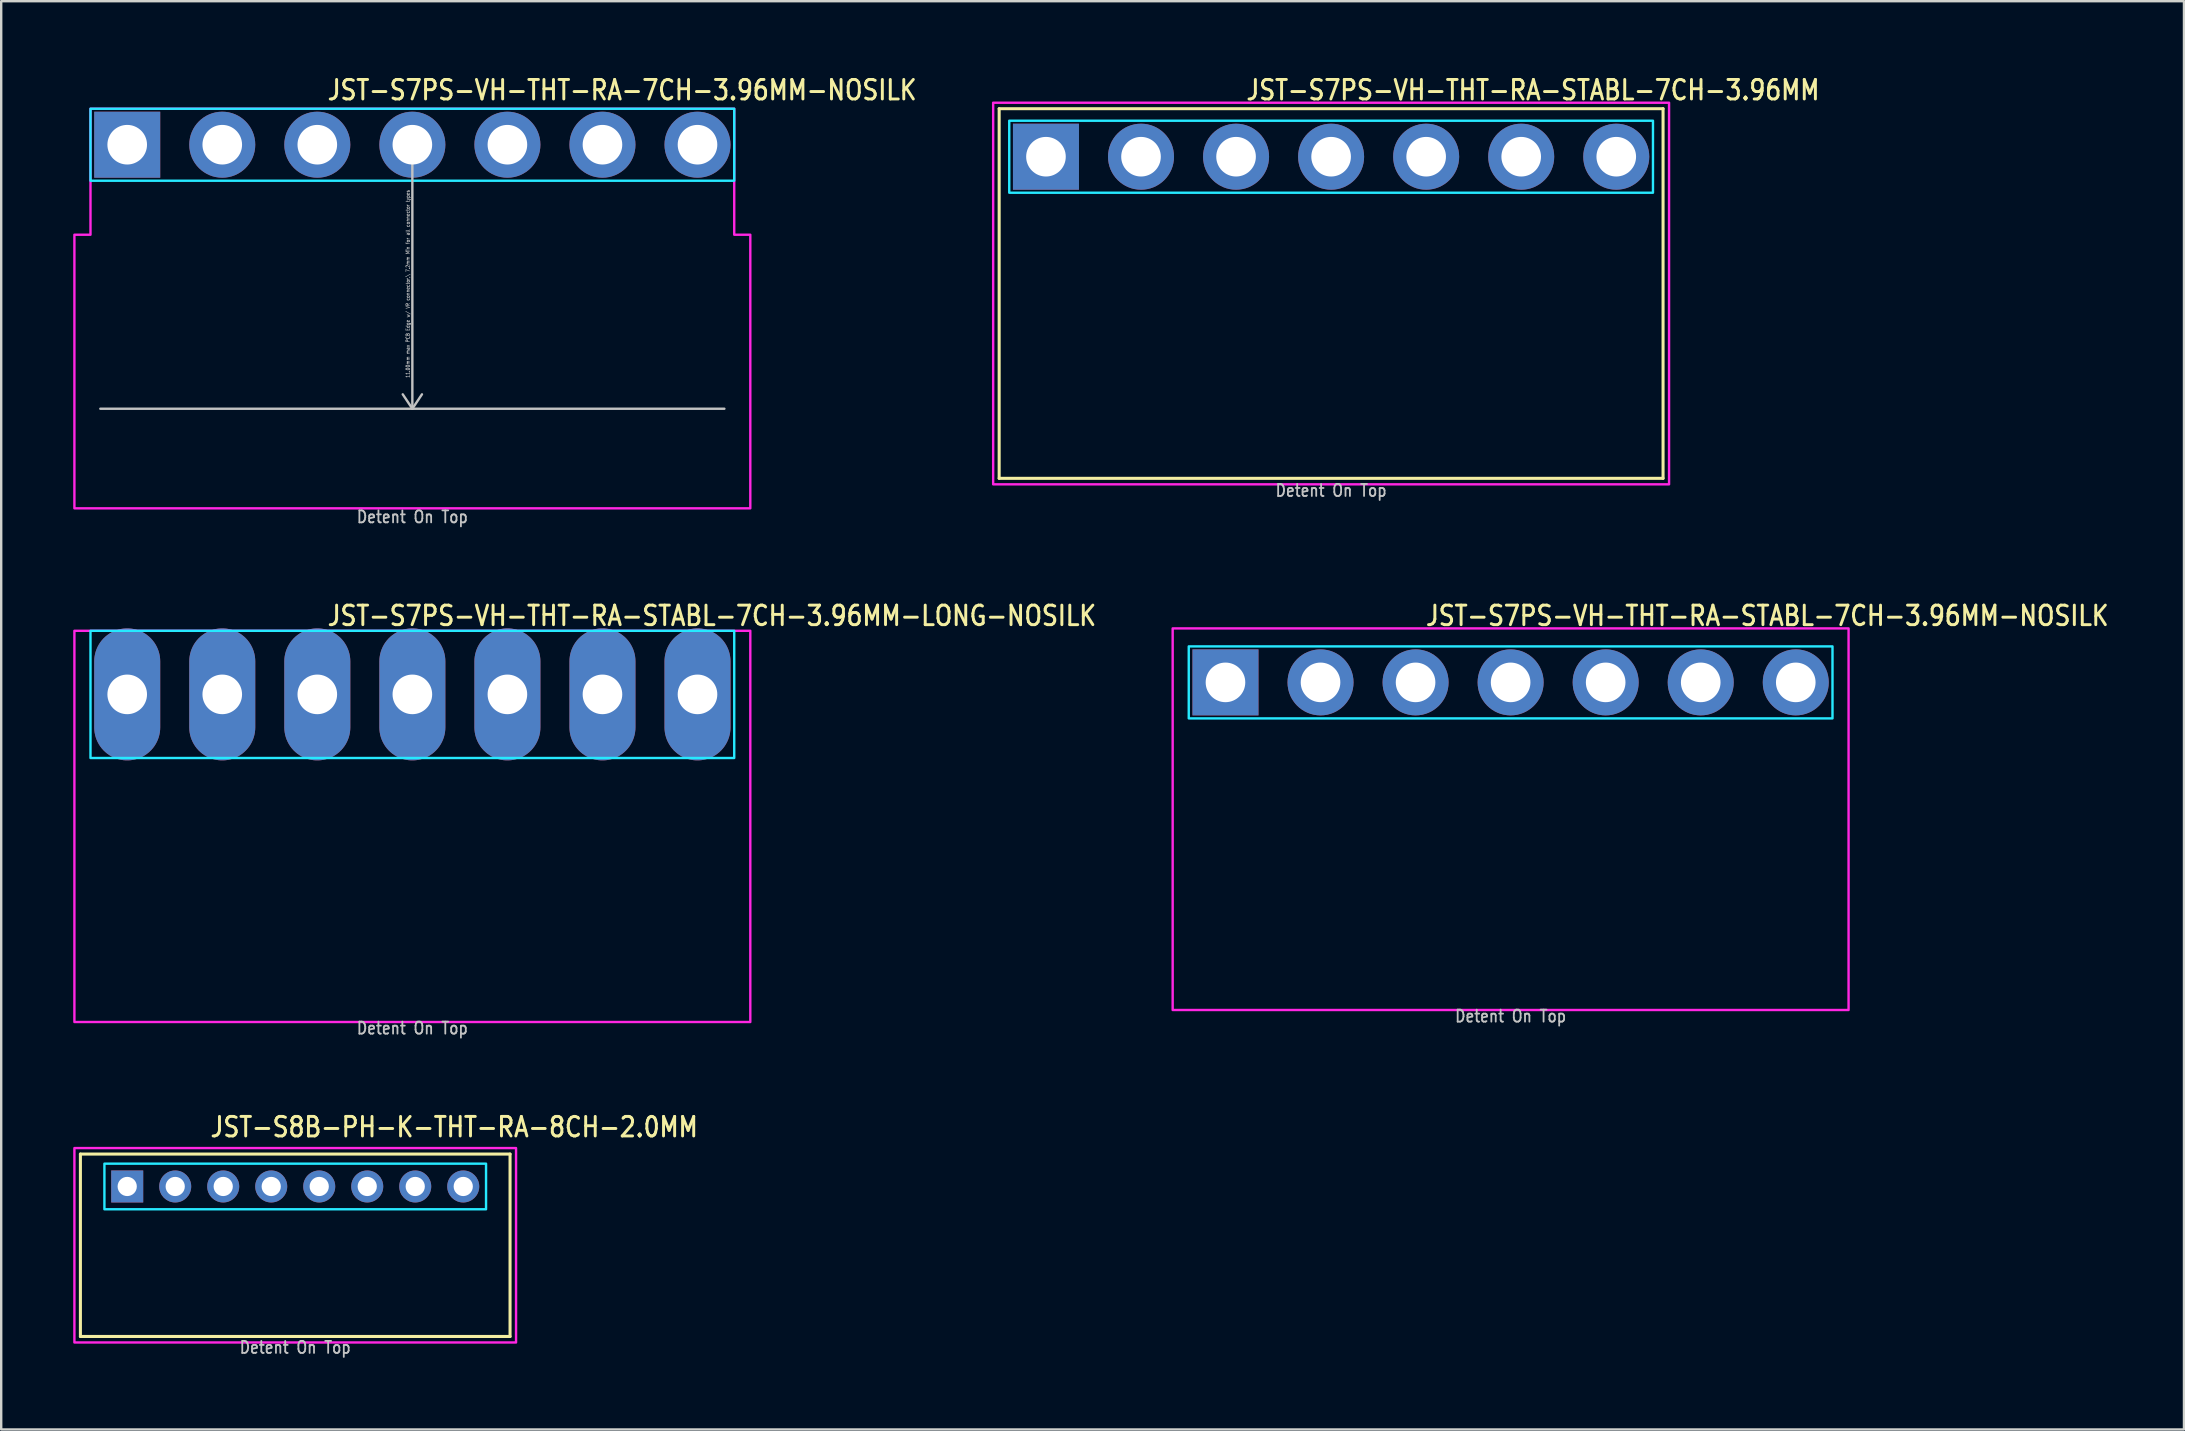
<source format=kicad_pcb>
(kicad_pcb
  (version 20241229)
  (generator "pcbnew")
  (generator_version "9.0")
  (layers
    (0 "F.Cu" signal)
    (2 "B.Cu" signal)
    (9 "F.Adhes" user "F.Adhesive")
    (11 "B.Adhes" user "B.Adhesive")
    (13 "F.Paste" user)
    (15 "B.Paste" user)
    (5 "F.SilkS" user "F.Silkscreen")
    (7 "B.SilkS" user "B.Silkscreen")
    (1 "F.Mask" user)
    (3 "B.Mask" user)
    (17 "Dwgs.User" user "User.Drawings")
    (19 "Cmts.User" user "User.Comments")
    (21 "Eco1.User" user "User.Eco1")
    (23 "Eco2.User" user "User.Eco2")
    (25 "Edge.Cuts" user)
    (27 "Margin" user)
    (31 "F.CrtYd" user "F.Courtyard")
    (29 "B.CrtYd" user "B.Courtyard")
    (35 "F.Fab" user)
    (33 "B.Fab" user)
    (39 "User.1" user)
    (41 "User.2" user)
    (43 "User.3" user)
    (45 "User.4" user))
  (footprint "JST-S7PS-VH-THT-RA-STABL-7CH-3.96MM-NOSILK"
    (layer "F.Cu")
    (at 59.887 25.38)
    (property "Reference" "JST-S7PS-VH-THT-RA-STABL-7CH-3.96MM-NOSILK" (at -3.6 -2.3 0) (unlocked yes) (layer "F.SilkS") (effects (font (size 0.813 0.695) (thickness 0.122)) (justify left bottom)))
    (fp_poly (pts (xy -13.41 -1.5) (xy -13.41 1.5) (xy 13.41 1.5) (xy 13.41 -1.5)) (stroke (width 0.1) (type solid)) (fill no) (layer "B.CrtYd"))
    (fp_poly (pts (xy -14.08 13.65) (xy 14.08 13.65) (xy 14.08 -2.25) (xy -14.08 -2.25)) (stroke (width 0.1) (type solid)) (fill no) (layer "F.CrtYd"))
    (fp_text user "Detent On Top" (at 0 14.2 0) (unlocked yes) (layer "Dwgs.User") (effects (font (size 0.5 0.427) (thickness 0.075)) (justify bottom)))
    (pad "P$1" thru_hole rect (at -11.88 0) (size 2.75 2.75) (drill 1.65) (layers "*.Cu" "*.Mask"))
    (pad "P$2" thru_hole oval (at -7.92 0) (size 2.75 2.75) (drill 1.65) (layers "*.Cu" "*.Mask"))
    (pad "P$3" thru_hole oval (at -3.96 0) (size 2.75 2.75) (drill 1.65) (layers "*.Cu" "*.Mask"))
    (pad "P$4" thru_hole oval (at 0 0) (size 2.75 2.75) (drill 1.65) (layers "*.Cu" "*.Mask"))
    (pad "P$5" thru_hole oval (at 3.96 0) (size 2.75 2.75) (drill 1.65) (layers "*.Cu" "*.Mask"))
    (pad "P$6" thru_hole oval (at 7.92 0) (size 2.75 2.75) (drill 1.65) (layers "*.Cu" "*.Mask"))
    (pad "P$7" thru_hole oval (at 11.88 0) (size 2.75 2.75) (drill 1.65) (layers "*.Cu" "*.Mask")))
  (footprint "JST-S8B-PH-K-THT-RA-8CH-2.0MM"
    (layer "F.Cu")
    (at 9.25 46.382)
    (property "Reference" "JST-S8B-PH-K-THT-RA-8CH-2.0MM" (at -3.6 -2 0) (unlocked yes) (layer "F.SilkS") (effects (font (size 0.813 0.695) (thickness 0.122)) (justify left bottom)))
    (fp_line (start -8.95 -1.35) (end 8.95 -1.35) (stroke (width 0.127) (type solid)) (layer "F.SilkS"))
    (fp_line (start -8.95 6.25) (end -8.95 -1.35) (stroke (width 0.127) (type solid)) (layer "F.SilkS"))
    (fp_line (start -8.95 6.25) (end 8.95 6.25) (stroke (width 0.127) (type solid)) (layer "F.SilkS"))
    (fp_line (start 8.95 -1.35) (end 8.95 6.25) (stroke (width 0.127) (type solid)) (layer "F.SilkS"))
    (fp_poly (pts (xy -7.95 -0.95) (xy -7.95 0.95) (xy 7.95 0.95) (xy 7.95 -0.95)) (stroke (width 0.1) (type solid)) (fill no) (layer "B.CrtYd"))
    (fp_poly (pts (xy -9.2 -1.6) (xy -9.2 6.5) (xy 9.2 6.5) (xy 9.2 -1.6)) (stroke (width 0.1) (type solid)) (fill no) (layer "F.CrtYd"))
    (fp_text user "Detent On Top" (at 0 7 0) (unlocked yes) (layer "Dwgs.User") (effects (font (size 0.5 0.427) (thickness 0.075)) (justify bottom)))
    (pad "P$1" thru_hole rect (at -7 0) (size 1.333 1.333) (drill 0.8) (layers "*.Cu" "*.Mask"))
    (pad "P$2" thru_hole oval (at -5 0) (size 1.333 1.333) (drill 0.8) (layers "*.Cu" "*.Mask"))
    (pad "P$3" thru_hole oval (at -3 0) (size 1.333 1.333) (drill 0.8) (layers "*.Cu" "*.Mask"))
    (pad "P$4" thru_hole oval (at -1 0) (size 1.333 1.333) (drill 0.8) (layers "*.Cu" "*.Mask"))
    (pad "P$5" thru_hole oval (at 1 0) (size 1.333 1.333) (drill 0.8) (layers "*.Cu" "*.Mask"))
    (pad "P$6" thru_hole oval (at 3 0) (size 1.333 1.333) (drill 0.8) (layers "*.Cu" "*.Mask"))
    (pad "P$7" thru_hole oval (at 5 0) (size 1.333 1.333) (drill 0.8) (layers "*.Cu" "*.Mask"))
    (pad "P$8" thru_hole oval (at 7 0) (size 1.333 1.333) (drill 0.8) (layers "*.Cu" "*.Mask")))
  (footprint "JST-S7PS-VH-THT-RA-7CH-3.96MM-NOSILK"
    (layer "F.Cu")
    (at 14.13 2.979)
    (property "Reference" "JST-S7PS-VH-THT-RA-7CH-3.96MM-NOSILK" (at -3.6 -1.8 0) (unlocked yes) (layer "F.SilkS") (effects (font (size 0.813 0.695) (thickness 0.122)) (justify left bottom)))
    (fp_line (start -13 11) (end 13 11) (stroke (width 0.1) (type solid)) (layer "Dwgs.User"))
    (fp_line (start 0 0) (end -0.4 0.6) (stroke (width 0.1) (type solid)) (layer "Dwgs.User"))
    (fp_line (start 0 0) (end 0 11) (stroke (width 0.1) (type solid)) (layer "Dwgs.User"))
    (fp_line (start 0 0) (end 0.4 0.6) (stroke (width 0.1) (type solid)) (layer "Dwgs.User"))
    (fp_line (start 0 11) (end -0.4 10.4) (stroke (width 0.1) (type solid)) (layer "Dwgs.User"))
    (fp_line (start 0 11) (end 0.4 10.4) (stroke (width 0.1) (type solid)) (layer "Dwgs.User"))
    (fp_poly (pts (xy -13.41 -1.5) (xy -13.41 1.5) (xy 13.41 1.5) (xy 13.41 -1.5)) (stroke (width 0.1) (type solid)) (fill no) (layer "B.CrtYd"))
    (fp_poly (pts (xy -14.08 3.75) (xy -14.08 15.15) (xy 14.08 15.15) (xy 14.08 3.75) (xy 13.41 3.75) (xy 13.41 -1.5) (xy -13.41 -1.5) (xy -13.41 3.75)) (stroke (width 0.1) (type solid)) (fill no) (layer "F.CrtYd"))
    (fp_text user "Detent On Top" (at 0 15.8 0) (unlocked yes) (layer "Dwgs.User") (effects (font (size 0.5 0.427) (thickness 0.075)) (justify bottom)))
    (fp_text user "11.00mm max PCB Edge w/ VR connector,\\ 7.2mm Min for all connector types" (at -0.1 5.8 90) (unlocked yes) (layer "Dwgs.User") (effects (font (size 0.15 0.128) (thickness 0.022)) (justify bottom)))
    (pad "P$1" thru_hole rect (at -11.88 0) (size 2.75 2.75) (drill 1.65) (layers "*.Cu" "*.Mask"))
    (pad "P$2" thru_hole oval (at -7.92 0) (size 2.75 2.75) (drill 1.65) (layers "*.Cu" "*.Mask"))
    (pad "P$3" thru_hole oval (at -3.96 0) (size 2.75 2.75) (drill 1.65) (layers "*.Cu" "*.Mask"))
    (pad "P$4" thru_hole oval (at 0 0) (size 2.75 2.75) (drill 1.65) (layers "*.Cu" "*.Mask"))
    (pad "P$5" thru_hole oval (at 3.96 0) (size 2.75 2.75) (drill 1.65) (layers "*.Cu" "*.Mask"))
    (pad "P$6" thru_hole oval (at 7.92 0) (size 2.75 2.75) (drill 1.65) (layers "*.Cu" "*.Mask"))
    (pad "P$7" thru_hole oval (at 11.88 0) (size 2.75 2.75) (drill 1.65) (layers "*.Cu" "*.Mask")))
  (footprint "JST-S7PS-VH-THT-RA-STABL-7CH-3.96MM"
    (layer "F.Cu")
    (at 52.408 3.479)
    (property "Reference" "JST-S7PS-VH-THT-RA-STABL-7CH-3.96MM" (at -3.6 -2.3 0) (unlocked yes) (layer "F.SilkS") (effects (font (size 0.813 0.695) (thickness 0.122)) (justify left bottom)))
    (fp_line (start -13.83 -2) (end 13.83 -2) (stroke (width 0.127) (type solid)) (layer "F.SilkS"))
    (fp_line (start -13.83 13.4) (end -13.83 -2) (stroke (width 0.127) (type solid)) (layer "F.SilkS"))
    (fp_line (start -13.83 13.4) (end 13.83 13.4) (stroke (width 0.127) (type solid)) (layer "F.SilkS"))
    (fp_line (start 13.83 -2) (end 13.83 13.4) (stroke (width 0.127) (type solid)) (layer "F.SilkS"))
    (fp_poly (pts (xy -13.41 -1.5) (xy -13.41 1.5) (xy 13.41 1.5) (xy 13.41 -1.5)) (stroke (width 0.1) (type solid)) (fill no) (layer "B.CrtYd"))
    (fp_poly (pts (xy -14.08 13.65) (xy 14.08 13.65) (xy 14.08 -2.25) (xy -14.08 -2.25)) (stroke (width 0.1) (type solid)) (fill no) (layer "F.CrtYd"))
    (fp_text user "Detent On Top" (at 0 14.2 0) (unlocked yes) (layer "Dwgs.User") (effects (font (size 0.5 0.427) (thickness 0.075)) (justify bottom)))
    (pad "P$1" thru_hole rect (at -11.88 0) (size 2.75 2.75) (drill 1.65) (layers "*.Cu" "*.Mask"))
    (pad "P$2" thru_hole oval (at -7.92 0) (size 2.75 2.75) (drill 1.65) (layers "*.Cu" "*.Mask"))
    (pad "P$3" thru_hole oval (at -3.96 0) (size 2.75 2.75) (drill 1.65) (layers "*.Cu" "*.Mask"))
    (pad "P$4" thru_hole oval (at 0 0) (size 2.75 2.75) (drill 1.65) (layers "*.Cu" "*.Mask"))
    (pad "P$5" thru_hole oval (at 3.96 0) (size 2.75 2.75) (drill 1.65) (layers "*.Cu" "*.Mask"))
    (pad "P$6" thru_hole oval (at 7.92 0) (size 2.75 2.75) (drill 1.65) (layers "*.Cu" "*.Mask"))
    (pad "P$7" thru_hole oval (at 11.88 0) (size 2.75 2.75) (drill 1.65) (layers "*.Cu" "*.Mask")))
  (footprint "JST-S7PS-VH-THT-RA-STABL-7CH-3.96MM-LONG-NOSILK"
    (layer "F.Cu")
    (at 14.13 25.88)
    (property "Reference" "JST-S7PS-VH-THT-RA-STABL-7CH-3.96MM-LONG-NOSILK" (at -3.6 -2.8 0) (unlocked yes) (layer "F.SilkS") (effects (font (size 0.813 0.695) (thickness 0.122)) (justify left bottom)))
    (fp_poly (pts (xy -13.41 -2.65) (xy -13.41 2.65) (xy 13.41 2.65) (xy 13.41 -2.65)) (stroke (width 0.1) (type solid)) (fill no) (layer "B.CrtYd"))
    (fp_poly (pts (xy -14.08 -2.65) (xy -14.08 13.65) (xy 14.08 13.65) (xy 14.08 -2.65)) (stroke (width 0.1) (type solid)) (fill no) (layer "F.CrtYd"))
    (fp_text user "Detent On Top" (at 0 14.2 0) (unlocked yes) (layer "Dwgs.User") (effects (font (size 0.5 0.427) (thickness 0.075)) (justify bottom)))
    (pad "P$1" thru_hole oval (at -11.88 0 90) (size 5.5 2.75) (drill 1.65) (layers "*.Cu" "*.Mask"))
    (pad "P$2" thru_hole oval (at -7.92 0 90) (size 5.5 2.75) (drill 1.65) (layers "*.Cu" "*.Mask"))
    (pad "P$3" thru_hole oval (at -3.96 0 90) (size 5.5 2.75) (drill 1.65) (layers "*.Cu" "*.Mask"))
    (pad "P$4" thru_hole oval (at 0 0 90) (size 5.5 2.75) (drill 1.65) (layers "*.Cu" "*.Mask"))
    (pad "P$5" thru_hole oval (at 3.96 0 90) (size 5.5 2.75) (drill 1.65) (layers "*.Cu" "*.Mask"))
    (pad "P$6" thru_hole oval (at 7.92 0 90) (size 5.5 2.75) (drill 1.65) (layers "*.Cu" "*.Mask"))
    (pad "P$7" thru_hole oval (at 11.88 0 90) (size 5.5 2.75) (drill 1.65) (layers "*.Cu" "*.Mask")))
  (gr_rect
    (start -3 -3)
    (end 87.941 56.505)
    (stroke (width 0.1) (type default))
    (fill no)
    (layer "Edge.Cuts")))
</source>
